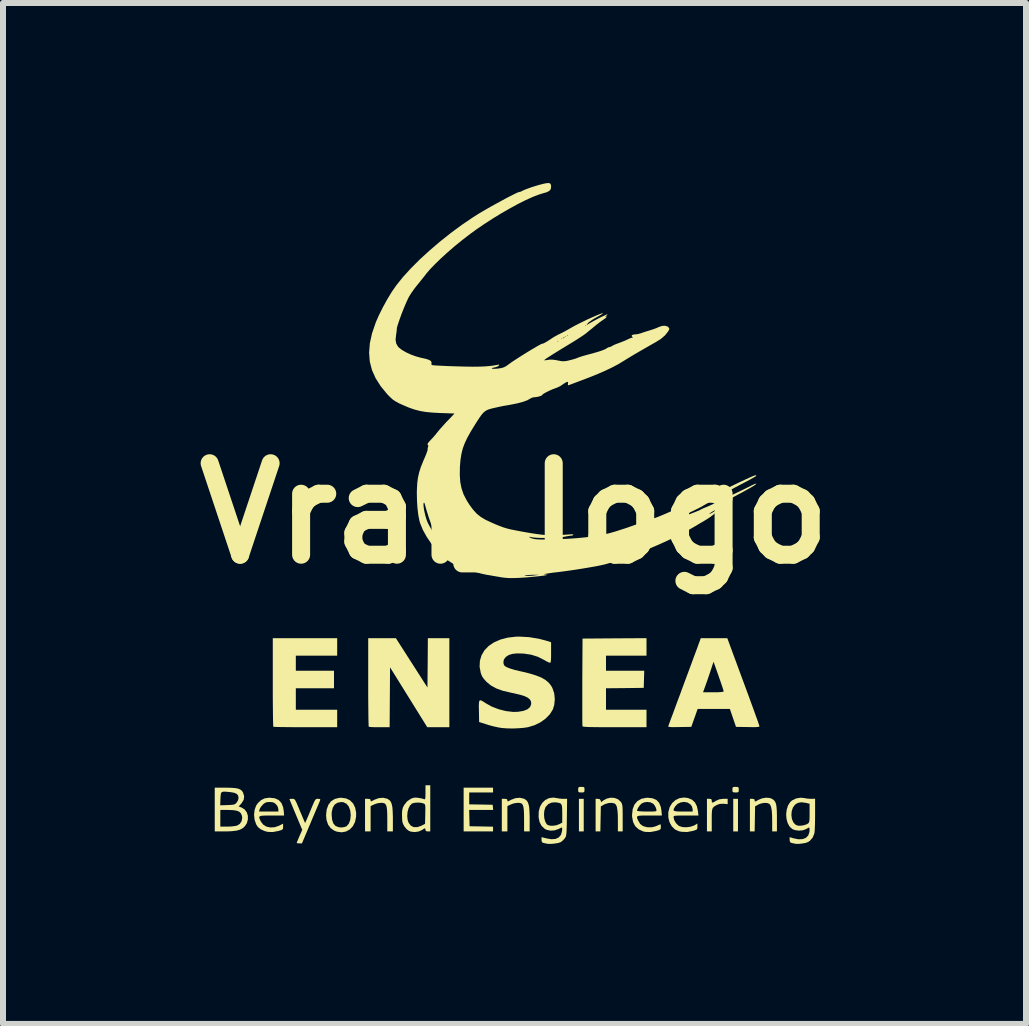
<source format=kicad_pcb>
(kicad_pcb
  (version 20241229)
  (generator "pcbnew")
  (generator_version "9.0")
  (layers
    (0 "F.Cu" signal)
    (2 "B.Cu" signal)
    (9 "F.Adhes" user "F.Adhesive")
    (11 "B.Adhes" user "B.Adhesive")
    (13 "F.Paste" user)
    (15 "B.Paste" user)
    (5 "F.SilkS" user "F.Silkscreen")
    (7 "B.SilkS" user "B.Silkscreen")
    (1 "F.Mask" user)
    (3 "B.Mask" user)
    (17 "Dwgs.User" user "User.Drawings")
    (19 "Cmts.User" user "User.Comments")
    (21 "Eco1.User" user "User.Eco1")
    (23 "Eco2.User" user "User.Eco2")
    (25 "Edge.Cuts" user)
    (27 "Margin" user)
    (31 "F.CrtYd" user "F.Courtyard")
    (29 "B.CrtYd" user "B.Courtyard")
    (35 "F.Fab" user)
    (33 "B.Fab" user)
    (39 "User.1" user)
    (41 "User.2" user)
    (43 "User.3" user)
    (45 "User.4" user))
  (footprint "Vrai_logo"
    (layer "F.Cu")
    (at 5.523 5.503)
    (property "Reference" "Vrai_logo" (at 0 0 0) (layer "F.SilkS") (effects (font (size 1.524 1.524) (thickness 0.3))))
    (attr board_only exclude_from_pos_files exclude_from_bom)
    (fp_poly (pts (xy 1.153 5.3) (xy 1.073 5.3) (xy 1.073 4.757) (xy 1.153 4.757)) (stroke (width 0) (type solid)) (fill yes) (layer "F.SilkS"))
    (fp_poly (pts (xy 3.723 5.3) (xy 3.644 5.3) (xy 3.644 4.757) (xy 3.723 4.757)) (stroke (width 0) (type solid)) (fill yes) (layer "F.SilkS"))
    (fp_poly (pts (xy -0.358 4.651) (xy -0.755 4.651) (xy -0.755 4.849) (xy -0.56 4.852) (xy -0.364 4.856) (xy -0.36 4.899) (xy -0.356 4.942) (xy -0.756 4.942) (xy -0.749 5.214) (xy -0.553 5.217) (xy -0.358 5.221) (xy -0.358 5.3) (xy -0.848 5.3) (xy -0.848 4.571) (xy -0.358 4.571)) (stroke (width 0) (type solid)) (fill yes) (layer "F.SilkS"))
    (fp_poly (pts (xy 1.147 4.559) (xy 1.162 4.568) (xy 1.166 4.591) (xy 1.166 4.604) (xy 1.164 4.634) (xy 1.154 4.647) (xy 1.129 4.651) (xy 1.113 4.651) (xy 1.079 4.649) (xy 1.064 4.641) (xy 1.06 4.618) (xy 1.06 4.604) (xy 1.062 4.575) (xy 1.072 4.561) (xy 1.097 4.558) (xy 1.113 4.558)) (stroke (width 0) (type solid)) (fill yes) (layer "F.SilkS"))
    (fp_poly (pts (xy 3.717 4.559) (xy 3.732 4.568) (xy 3.736 4.591) (xy 3.736 4.604) (xy 3.735 4.634) (xy 3.725 4.647) (xy 3.699 4.651) (xy 3.683 4.651) (xy 3.65 4.649) (xy 3.634 4.641) (xy 3.631 4.618) (xy 3.63 4.604) (xy 3.632 4.575) (xy 3.642 4.561) (xy 3.668 4.558) (xy 3.683 4.558)) (stroke (width 0) (type solid)) (fill yes) (layer "F.SilkS"))
    (fp_poly (pts (xy -1.714 2.491) (xy -1.451 2.902) (xy -1.447 2.491) (xy -1.444 2.08) (xy -1.086 2.08) (xy -1.086 3.564) (xy -1.454 3.564) (xy -2.074 2.566) (xy -2.081 3.564) (xy -2.25 3.564) (xy -2.315 3.564) (xy -2.37 3.562) (xy -2.409 3.559) (xy -2.428 3.556) (xy -2.429 3.555) (xy -2.431 3.541) (xy -2.432 3.502) (xy -2.434 3.442) (xy -2.435 3.362) (xy -2.436 3.266) (xy -2.437 3.155) (xy -2.438 3.033) (xy -2.438 2.901) (xy -2.438 2.813) (xy -2.438 2.08) (xy -1.977 2.08)) (stroke (width 0) (type solid)) (fill yes) (layer "F.SilkS"))
    (fp_poly (pts (xy 3.275 4.76) (xy 3.285 4.775) (xy 3.286 4.79) (xy 3.288 4.812) (xy 3.297 4.82) (xy 3.318 4.813) (xy 3.356 4.791) (xy 3.359 4.789) (xy 3.413 4.765) (xy 3.474 4.757) (xy 3.481 4.757) (xy 3.551 4.757) (xy 3.551 4.846) (xy 3.487 4.839) (xy 3.422 4.841) (xy 3.378 4.856) (xy 3.343 4.874) (xy 3.319 4.891) (xy 3.302 4.911) (xy 3.293 4.938) (xy 3.288 4.979) (xy 3.286 5.037) (xy 3.286 5.11) (xy 3.286 5.3) (xy 3.206 5.3) (xy 3.206 4.757) (xy 3.246 4.757)) (stroke (width 0) (type solid)) (fill yes) (layer "F.SilkS"))
    (fp_poly (pts (xy -2.955 2.372) (xy -3.644 2.372) (xy -3.644 2.623) (xy -3.008 2.623) (xy -3.008 2.915) (xy -3.644 2.915) (xy -3.644 3.273) (xy -2.955 3.273) (xy -2.955 3.564) (xy -3.483 3.564) (xy -3.598 3.564) (xy -3.706 3.563) (xy -3.802 3.562) (xy -3.884 3.561) (xy -3.949 3.56) (xy -3.995 3.558) (xy -4.017 3.556) (xy -4.019 3.555) (xy -4.021 3.541) (xy -4.022 3.502) (xy -4.024 3.442) (xy -4.025 3.362) (xy -4.026 3.266) (xy -4.027 3.155) (xy -4.028 3.033) (xy -4.028 2.901) (xy -4.028 2.813) (xy -4.028 2.08) (xy -2.955 2.08)) (stroke (width 0) (type solid)) (fill yes) (layer "F.SilkS"))
    (fp_poly (pts (xy 2.199 2.372) (xy 1.524 2.372) (xy 1.524 2.623) (xy 2.161 2.623) (xy 2.157 2.766) (xy 2.153 2.908) (xy 1.838 2.912) (xy 1.524 2.915) (xy 1.524 3.273) (xy 2.199 3.273) (xy 2.199 3.564) (xy 1.669 3.564) (xy 1.53 3.564) (xy 1.416 3.563) (xy 1.324 3.562) (xy 1.252 3.561) (xy 1.199 3.559) (xy 1.163 3.556) (xy 1.142 3.553) (xy 1.133 3.548) (xy 1.132 3.548) (xy 1.131 3.532) (xy 1.13 3.492) (xy 1.129 3.43) (xy 1.129 3.349) (xy 1.129 3.252) (xy 1.129 3.141) (xy 1.129 3.018) (xy 1.129 2.885) (xy 1.129 2.809) (xy 1.133 2.087) (xy 1.666 2.083) (xy 2.199 2.08)) (stroke (width 0) (type solid)) (fill yes) (layer "F.SilkS"))
    (fp_poly (pts (xy 1.666 4.742) (xy 1.724 4.764) (xy 1.768 4.804) (xy 1.772 4.808) (xy 1.783 4.826) (xy 1.791 4.845) (xy 1.796 4.87) (xy 1.8 4.904) (xy 1.801 4.952) (xy 1.802 5.02) (xy 1.802 5.077) (xy 1.802 5.3) (xy 1.722 5.3) (xy 1.722 5.124) (xy 1.721 5.025) (xy 1.715 4.95) (xy 1.706 4.895) (xy 1.692 4.859) (xy 1.673 4.838) (xy 1.67 4.836) (xy 1.624 4.824) (xy 1.567 4.827) (xy 1.509 4.844) (xy 1.491 4.853) (xy 1.438 4.883) (xy 1.43 5.3) (xy 1.351 5.3) (xy 1.351 4.757) (xy 1.39 4.757) (xy 1.421 4.763) (xy 1.435 4.785) (xy 1.443 4.813) (xy 1.477 4.786) (xy 1.536 4.753) (xy 1.602 4.738)) (stroke (width 0) (type solid)) (fill yes) (layer "F.SilkS"))
    (fp_poly (pts (xy 4.255 4.743) (xy 4.299 4.762) (xy 4.324 4.782) (xy 4.343 4.808) (xy 4.357 4.842) (xy 4.365 4.89) (xy 4.37 4.955) (xy 4.372 5.041) (xy 4.372 5.088) (xy 4.372 5.3) (xy 4.293 5.3) (xy 4.293 5.131) (xy 4.291 5.031) (xy 4.286 4.954) (xy 4.276 4.899) (xy 4.263 4.862) (xy 4.245 4.84) (xy 4.206 4.826) (xy 4.154 4.825) (xy 4.099 4.837) (xy 4.061 4.853) (xy 4.008 4.883) (xy 4.001 5.3) (xy 3.922 5.3) (xy 3.922 4.757) (xy 3.962 4.757) (xy 3.991 4.761) (xy 4.001 4.776) (xy 4.001 4.784) (xy 4.003 4.799) (xy 4.011 4.802) (xy 4.031 4.793) (xy 4.062 4.775) (xy 4.125 4.749) (xy 4.192 4.738)) (stroke (width 0) (type solid)) (fill yes) (layer "F.SilkS"))
    (fp_poly (pts (xy -2.125 4.754) (xy -2.112 4.76) (xy -2.083 4.78) (xy -2.061 4.807) (xy -2.046 4.845) (xy -2.035 4.898) (xy -2.03 4.968) (xy -2.027 5.061) (xy -2.027 5.095) (xy -2.027 5.3) (xy -2.12 5.3) (xy -2.12 5.1) (xy -2.121 5.011) (xy -2.124 4.945) (xy -2.13 4.897) (xy -2.139 4.865) (xy -2.153 4.843) (xy -2.165 4.833) (xy -2.197 4.824) (xy -2.244 4.825) (xy -2.296 4.834) (xy -2.341 4.851) (xy -2.398 4.878) (xy -2.398 5.3) (xy -2.491 5.3) (xy -2.491 4.757) (xy -2.445 4.757) (xy -2.412 4.76) (xy -2.4 4.771) (xy -2.398 4.782) (xy -2.396 4.796) (xy -2.387 4.799) (xy -2.366 4.789) (xy -2.336 4.773) (xy -2.265 4.746) (xy -2.192 4.739)) (stroke (width 0) (type solid)) (fill yes) (layer "F.SilkS"))
    (fp_poly (pts (xy 0.154 4.754) (xy 0.167 4.76) (xy 0.196 4.78) (xy 0.218 4.807) (xy 0.233 4.845) (xy 0.244 4.898) (xy 0.249 4.968) (xy 0.252 5.061) (xy 0.252 5.095) (xy 0.252 5.3) (xy 0.159 5.3) (xy 0.159 5.1) (xy 0.158 5.011) (xy 0.155 4.945) (xy 0.149 4.897) (xy 0.14 4.865) (xy 0.126 4.843) (xy 0.114 4.833) (xy 0.082 4.824) (xy 0.035 4.825) (xy -0.017 4.834) (xy -0.062 4.851) (xy -0.119 4.878) (xy -0.119 5.3) (xy -0.212 5.3) (xy -0.212 4.757) (xy -0.166 4.757) (xy -0.134 4.76) (xy -0.121 4.771) (xy -0.119 4.782) (xy -0.117 4.796) (xy -0.108 4.799) (xy -0.087 4.789) (xy -0.057 4.773) (xy 0.014 4.746) (xy 0.087 4.739)) (stroke (width 0) (type solid)) (fill yes) (layer "F.SilkS"))
    (fp_poly (pts (xy -2.807 4.75) (xy -2.74 4.783) (xy -2.689 4.835) (xy -2.655 4.905) (xy -2.639 4.99) (xy -2.64 5.056) (xy -2.658 5.143) (xy -2.694 5.214) (xy -2.745 5.267) (xy -2.809 5.302) (xy -2.881 5.315) (xy -2.959 5.304) (xy -3.002 5.288) (xy -3.063 5.246) (xy -3.107 5.186) (xy -3.133 5.108) (xy -3.14 5.03) (xy -3.139 5.021) (xy -3.047 5.021) (xy -3.04 5.105) (xy -3.019 5.167) (xy -2.982 5.209) (xy -2.929 5.23) (xy -2.888 5.234) (xy -2.842 5.229) (xy -2.803 5.216) (xy -2.797 5.212) (xy -2.761 5.171) (xy -2.738 5.11) (xy -2.729 5.033) (xy -2.729 5.028) (xy -2.738 4.949) (xy -2.762 4.885) (xy -2.8 4.839) (xy -2.85 4.814) (xy -2.884 4.81) (xy -2.948 4.821) (xy -2.997 4.853) (xy -3.029 4.905) (xy -3.046 4.979) (xy -3.047 5.021) (xy -3.139 5.021) (xy -3.13 4.935) (xy -3.102 4.857) (xy -3.057 4.798) (xy -2.995 4.759) (xy -2.917 4.74) (xy -2.888 4.739)) (stroke (width 0) (type solid)) (fill yes) (layer "F.SilkS"))
    (fp_poly (pts (xy -3.686 4.757) (xy -3.671 4.762) (xy -3.658 4.775) (xy -3.643 4.801) (xy -3.624 4.842) (xy -3.598 4.904) (xy -3.597 4.906) (xy -3.571 4.97) (xy -3.545 5.03) (xy -3.525 5.079) (xy -3.512 5.108) (xy -3.489 5.161) (xy -3.463 5.101) (xy -3.447 5.064) (xy -3.424 5.011) (xy -3.398 4.948) (xy -3.378 4.899) (xy -3.352 4.838) (xy -3.334 4.798) (xy -3.32 4.774) (xy -3.307 4.762) (xy -3.291 4.757) (xy -3.275 4.757) (xy -3.245 4.759) (xy -3.236 4.768) (xy -3.239 4.78) (xy -3.246 4.798) (xy -3.262 4.837) (xy -3.286 4.893) (xy -3.316 4.964) (xy -3.351 5.046) (xy -3.389 5.136) (xy -3.395 5.151) (xy -3.542 5.499) (xy -3.586 5.499) (xy -3.616 5.497) (xy -3.63 5.493) (xy -3.63 5.493) (xy -3.625 5.479) (xy -3.612 5.446) (xy -3.593 5.402) (xy -3.584 5.38) (xy -3.537 5.274) (xy -3.643 5.021) (xy -3.675 4.945) (xy -3.703 4.877) (xy -3.726 4.822) (xy -3.742 4.783) (xy -3.749 4.764) (xy -3.75 4.762) (xy -3.738 4.758) (xy -3.71 4.757) (xy -3.705 4.757)) (stroke (width 0) (type solid)) (fill yes) (layer "F.SilkS"))
    (fp_poly (pts (xy -3.993 4.748) (xy -3.93 4.777) (xy -3.884 4.826) (xy -3.856 4.896) (xy -3.846 4.956) (xy -3.839 5.035) (xy -4.046 5.035) (xy -4.129 5.035) (xy -4.188 5.037) (xy -4.227 5.041) (xy -4.248 5.05) (xy -4.254 5.066) (xy -4.248 5.089) (xy -4.233 5.122) (xy -4.226 5.136) (xy -4.188 5.186) (xy -4.134 5.22) (xy -4.068 5.234) (xy -3.996 5.23) (xy -3.921 5.204) (xy -3.918 5.202) (xy -3.856 5.171) (xy -3.856 5.221) (xy -3.857 5.248) (xy -3.864 5.265) (xy -3.884 5.277) (xy -3.922 5.289) (xy -3.933 5.292) (xy -4.027 5.31) (xy -4.11 5.308) (xy -4.164 5.294) (xy -4.228 5.265) (xy -4.273 5.23) (xy -4.304 5.184) (xy -4.331 5.106) (xy -4.34 5.023) (xy -4.334 4.969) (xy -4.256 4.969) (xy -3.935 4.969) (xy -3.935 4.928) (xy -3.948 4.882) (xy -3.974 4.848) (xy -4.003 4.824) (xy -4.034 4.813) (xy -4.078 4.81) (xy -4.08 4.81) (xy -4.125 4.812) (xy -4.157 4.824) (xy -4.19 4.849) (xy -4.193 4.853) (xy -4.223 4.887) (xy -4.244 4.921) (xy -4.248 4.932) (xy -4.256 4.969) (xy -4.334 4.969) (xy -4.331 4.942) (xy -4.305 4.869) (xy -4.276 4.828) (xy -4.224 4.779) (xy -4.166 4.75) (xy -4.096 4.739) (xy -4.073 4.739)) (stroke (width 0) (type solid)) (fill yes) (layer "F.SilkS"))
    (fp_poly (pts (xy 2.892 4.744) (xy 2.958 4.772) (xy 3.007 4.818) (xy 3.039 4.882) (xy 3.056 4.961) (xy 3.064 5.035) (xy 2.857 5.035) (xy 2.779 5.035) (xy 2.724 5.036) (xy 2.687 5.038) (xy 2.665 5.041) (xy 2.654 5.047) (xy 2.65 5.055) (xy 2.65 5.065) (xy 2.661 5.112) (xy 2.689 5.161) (xy 2.728 5.2) (xy 2.744 5.21) (xy 2.795 5.227) (xy 2.859 5.231) (xy 2.926 5.223) (xy 2.986 5.204) (xy 3.001 5.196) (xy 3.047 5.168) (xy 3.047 5.219) (xy 3.046 5.248) (xy 3.039 5.265) (xy 3.02 5.276) (xy 2.983 5.288) (xy 2.97 5.292) (xy 2.873 5.31) (xy 2.783 5.306) (xy 2.738 5.297) (xy 2.673 5.267) (xy 2.621 5.216) (xy 2.584 5.15) (xy 2.563 5.071) (xy 2.562 4.984) (xy 2.563 4.976) (xy 2.572 4.943) (xy 2.649 4.943) (xy 2.657 4.956) (xy 2.682 4.964) (xy 2.727 4.968) (xy 2.795 4.969) (xy 2.809 4.969) (xy 2.968 4.969) (xy 2.968 4.928) (xy 2.955 4.882) (xy 2.929 4.848) (xy 2.882 4.818) (xy 2.825 4.808) (xy 2.767 4.817) (xy 2.714 4.843) (xy 2.674 4.886) (xy 2.672 4.89) (xy 2.655 4.921) (xy 2.649 4.943) (xy 2.572 4.943) (xy 2.585 4.895) (xy 2.626 4.828) (xy 2.683 4.777) (xy 2.751 4.745) (xy 2.828 4.735)) (stroke (width 0) (type solid)) (fill yes) (layer "F.SilkS"))
    (fp_poly (pts (xy -1.404 5.3) (xy -1.444 5.3) (xy -1.473 5.296) (xy -1.484 5.28) (xy -1.484 5.273) (xy -1.486 5.253) (xy -1.497 5.249) (xy -1.52 5.262) (xy -1.54 5.276) (xy -1.596 5.301) (xy -1.661 5.311) (xy -1.726 5.304) (xy -1.762 5.29) (xy -1.799 5.261) (xy -1.833 5.219) (xy -1.842 5.206) (xy -1.859 5.171) (xy -1.869 5.137) (xy -1.873 5.093) (xy -1.874 5.046) (xy -1.788 5.046) (xy -1.781 5.109) (xy -1.766 5.154) (xy -1.729 5.203) (xy -1.681 5.228) (xy -1.623 5.229) (xy -1.555 5.207) (xy -1.55 5.204) (xy -1.491 5.174) (xy -1.487 5.012) (xy -1.486 4.945) (xy -1.486 4.898) (xy -1.488 4.869) (xy -1.493 4.851) (xy -1.502 4.841) (xy -1.513 4.835) (xy -1.551 4.824) (xy -1.603 4.819) (xy -1.656 4.822) (xy -1.699 4.831) (xy -1.707 4.835) (xy -1.741 4.867) (xy -1.767 4.917) (xy -1.783 4.98) (xy -1.788 5.046) (xy -1.874 5.046) (xy -1.875 5.035) (xy -1.874 4.976) (xy -1.869 4.935) (xy -1.86 4.902) (xy -1.843 4.869) (xy -1.839 4.861) (xy -1.788 4.797) (xy -1.724 4.754) (xy -1.681 4.739) (xy -1.643 4.736) (xy -1.593 4.742) (xy -1.541 4.752) (xy -1.507 4.763) (xy -1.496 4.765) (xy -1.489 4.758) (xy -1.486 4.737) (xy -1.484 4.697) (xy -1.484 4.652) (xy -1.484 4.531) (xy -1.404 4.531)) (stroke (width 0) (type solid)) (fill yes) (layer "F.SilkS"))
    (fp_poly (pts (xy -4.723 4.573) (xy -4.653 4.578) (xy -4.602 4.588) (xy -4.565 4.605) (xy -4.539 4.628) (xy -4.524 4.652) (xy -4.505 4.713) (xy -4.512 4.772) (xy -4.546 4.828) (xy -4.551 4.834) (xy -4.596 4.884) (xy -4.551 4.901) (xy -4.499 4.932) (xy -4.462 4.98) (xy -4.443 5.039) (xy -4.443 5.102) (xy -4.461 5.165) (xy -4.494 5.214) (xy -4.53 5.247) (xy -4.575 5.271) (xy -4.633 5.287) (xy -4.709 5.296) (xy -4.805 5.3) (xy -4.832 5.3) (xy -4.995 5.3) (xy -4.995 5.22) (xy -4.902 5.22) (xy -4.787 5.22) (xy -4.727 5.218) (xy -4.672 5.212) (xy -4.632 5.205) (xy -4.624 5.203) (xy -4.578 5.175) (xy -4.548 5.13) (xy -4.537 5.075) (xy -4.543 5.035) (xy -4.56 4.998) (xy -4.588 4.971) (xy -4.631 4.954) (xy -4.692 4.945) (xy -4.775 4.942) (xy -4.902 4.942) (xy -4.902 5.22) (xy -4.995 5.22) (xy -4.995 4.865) (xy -4.904 4.865) (xy -4.783 4.861) (xy -4.725 4.858) (xy -4.687 4.854) (xy -4.662 4.847) (xy -4.644 4.834) (xy -4.63 4.819) (xy -4.607 4.781) (xy -4.598 4.743) (xy -4.605 4.703) (xy -4.628 4.675) (xy -4.671 4.656) (xy -4.736 4.645) (xy -4.747 4.644) (xy -4.811 4.638) (xy -4.854 4.638) (xy -4.879 4.646) (xy -4.892 4.666) (xy -4.897 4.702) (xy -4.9 4.755) (xy -4.904 4.865) (xy -4.995 4.865) (xy -4.995 4.571) (xy -4.815 4.571)) (stroke (width 0) (type solid)) (fill yes) (layer "F.SilkS"))
    (fp_poly (pts (xy 3.813 2.806) (xy 3.862 2.938) (xy 3.908 3.063) (xy 3.95 3.179) (xy 3.988 3.283) (xy 4.02 3.373) (xy 4.047 3.446) (xy 4.066 3.502) (xy 4.078 3.536) (xy 4.081 3.548) (xy 4.075 3.555) (xy 4.055 3.559) (xy 4.018 3.562) (xy 3.961 3.562) (xy 3.886 3.561) (xy 3.69 3.558) (xy 3.639 3.409) (xy 3.588 3.259) (xy 3.051 3.259) (xy 2.998 3.409) (xy 2.945 3.558) (xy 2.75 3.561) (xy 2.671 3.562) (xy 2.617 3.562) (xy 2.582 3.559) (xy 2.564 3.555) (xy 2.56 3.549) (xy 2.561 3.548) (xy 2.568 3.529) (xy 2.583 3.488) (xy 2.605 3.427) (xy 2.634 3.351) (xy 2.667 3.261) (xy 2.704 3.16) (xy 2.745 3.051) (xy 2.771 2.981) (xy 3.141 2.981) (xy 3.313 2.981) (xy 3.388 2.981) (xy 3.439 2.978) (xy 3.47 2.974) (xy 3.483 2.968) (xy 3.484 2.965) (xy 3.48 2.947) (xy 3.468 2.909) (xy 3.45 2.855) (xy 3.427 2.788) (xy 3.401 2.713) (xy 3.4 2.71) (xy 3.316 2.472) (xy 3.266 2.624) (xy 3.242 2.696) (xy 3.216 2.772) (xy 3.192 2.84) (xy 3.178 2.879) (xy 3.141 2.981) (xy 2.771 2.981) (xy 2.787 2.937) (xy 2.83 2.82) (xy 2.873 2.704) (xy 2.915 2.591) (xy 2.955 2.483) (xy 2.991 2.385) (xy 3.024 2.297) (xy 3.051 2.224) (xy 3.071 2.167) (xy 3.085 2.131) (xy 3.09 2.117) (xy 3.103 2.08) (xy 3.545 2.08)) (stroke (width 0) (type solid)) (fill yes) (layer "F.SilkS"))
    (fp_poly (pts (xy 2.301 4.748) (xy 2.364 4.776) (xy 2.409 4.823) (xy 2.437 4.891) (xy 2.448 4.956) (xy 2.455 5.035) (xy 2.248 5.035) (xy 2.166 5.035) (xy 2.107 5.036) (xy 2.069 5.04) (xy 2.048 5.048) (xy 2.04 5.062) (xy 2.044 5.082) (xy 2.055 5.11) (xy 2.059 5.118) (xy 2.093 5.175) (xy 2.14 5.211) (xy 2.203 5.229) (xy 2.224 5.231) (xy 2.286 5.231) (xy 2.338 5.219) (xy 2.365 5.209) (xy 2.401 5.193) (xy 2.427 5.183) (xy 2.433 5.181) (xy 2.436 5.192) (xy 2.438 5.221) (xy 2.438 5.225) (xy 2.436 5.25) (xy 2.428 5.266) (xy 2.407 5.278) (xy 2.366 5.29) (xy 2.361 5.292) (xy 2.265 5.31) (xy 2.18 5.308) (xy 2.143 5.3) (xy 2.068 5.265) (xy 2.011 5.213) (xy 1.975 5.143) (xy 1.959 5.056) (xy 1.958 5.022) (xy 1.966 4.955) (xy 2.04 4.955) (xy 2.053 4.96) (xy 2.085 4.964) (xy 2.132 4.967) (xy 2.186 4.969) (xy 2.242 4.969) (xy 2.294 4.969) (xy 2.335 4.966) (xy 2.359 4.963) (xy 2.362 4.961) (xy 2.365 4.941) (xy 2.356 4.909) (xy 2.339 4.874) (xy 2.316 4.844) (xy 2.312 4.84) (xy 2.267 4.816) (xy 2.212 4.809) (xy 2.156 4.817) (xy 2.115 4.837) (xy 2.085 4.868) (xy 2.059 4.906) (xy 2.043 4.942) (xy 2.04 4.955) (xy 1.966 4.955) (xy 1.968 4.929) (xy 1.998 4.853) (xy 2.046 4.796) (xy 2.112 4.757) (xy 2.193 4.74) (xy 2.221 4.739)) (stroke (width 0) (type solid)) (fill yes) (layer "F.SilkS"))
    (fp_poly (pts (xy 4.825 4.744) (xy 4.877 4.753) (xy 4.932 4.757) (xy 4.946 4.757) (xy 5.008 4.755) (xy 5.008 5.018) (xy 5.007 5.102) (xy 5.006 5.181) (xy 5.003 5.249) (xy 5 5.3) (xy 4.996 5.331) (xy 4.996 5.332) (xy 4.967 5.404) (xy 4.918 5.459) (xy 4.893 5.475) (xy 4.856 5.49) (xy 4.803 5.5) (xy 4.746 5.507) (xy 4.694 5.507) (xy 4.671 5.504) (xy 4.635 5.496) (xy 4.614 5.491) (xy 4.593 5.481) (xy 4.585 5.457) (xy 4.584 5.44) (xy 4.584 5.395) (xy 4.646 5.414) (xy 4.73 5.431) (xy 4.8 5.428) (xy 4.855 5.407) (xy 4.894 5.367) (xy 4.913 5.311) (xy 4.916 5.281) (xy 4.914 5.25) (xy 4.91 5.234) (xy 4.909 5.234) (xy 4.895 5.24) (xy 4.868 5.255) (xy 4.86 5.26) (xy 4.805 5.281) (xy 4.74 5.287) (xy 4.676 5.279) (xy 4.628 5.261) (xy 4.582 5.218) (xy 4.55 5.159) (xy 4.531 5.088) (xy 4.527 5.03) (xy 4.613 5.03) (xy 4.622 5.094) (xy 4.646 5.149) (xy 4.674 5.181) (xy 4.704 5.199) (xy 4.739 5.206) (xy 4.777 5.204) (xy 4.824 5.196) (xy 4.866 5.182) (xy 4.879 5.175) (xy 4.895 5.164) (xy 4.905 5.152) (xy 4.911 5.134) (xy 4.914 5.104) (xy 4.916 5.057) (xy 4.916 4.995) (xy 4.916 4.839) (xy 4.85 4.823) (xy 4.777 4.814) (xy 4.719 4.825) (xy 4.673 4.855) (xy 4.638 4.903) (xy 4.618 4.964) (xy 4.613 5.03) (xy 4.527 5.03) (xy 4.526 5.012) (xy 4.535 4.937) (xy 4.557 4.867) (xy 4.593 4.811) (xy 4.622 4.785) (xy 4.69 4.751) (xy 4.765 4.738)) (stroke (width 0) (type solid)) (fill yes) (layer "F.SilkS"))
    (fp_poly (pts (xy 0.7 4.744) (xy 0.752 4.753) (xy 0.806 4.757) (xy 0.819 4.757) (xy 0.876 4.756) (xy 0.872 5.064) (xy 0.871 5.163) (xy 0.869 5.238) (xy 0.867 5.295) (xy 0.864 5.335) (xy 0.86 5.364) (xy 0.855 5.385) (xy 0.847 5.4) (xy 0.838 5.415) (xy 0.837 5.416) (xy 0.806 5.45) (xy 0.771 5.477) (xy 0.767 5.48) (xy 0.731 5.492) (xy 0.678 5.501) (xy 0.621 5.507) (xy 0.569 5.508) (xy 0.537 5.504) (xy 0.501 5.496) (xy 0.48 5.491) (xy 0.459 5.481) (xy 0.451 5.457) (xy 0.45 5.44) (xy 0.45 5.395) (xy 0.527 5.415) (xy 0.613 5.43) (xy 0.684 5.425) (xy 0.737 5.4) (xy 0.774 5.357) (xy 0.791 5.296) (xy 0.792 5.295) (xy 0.794 5.259) (xy 0.792 5.237) (xy 0.79 5.234) (xy 0.774 5.239) (xy 0.744 5.254) (xy 0.732 5.26) (xy 0.669 5.282) (xy 0.601 5.287) (xy 0.537 5.274) (xy 0.503 5.257) (xy 0.451 5.208) (xy 0.417 5.144) (xy 0.401 5.062) (xy 0.402 5.017) (xy 0.491 5.017) (xy 0.496 5.08) (xy 0.511 5.135) (xy 0.534 5.177) (xy 0.552 5.192) (xy 0.594 5.205) (xy 0.648 5.205) (xy 0.705 5.195) (xy 0.743 5.18) (xy 0.795 5.154) (xy 0.795 5.002) (xy 0.794 4.932) (xy 0.791 4.883) (xy 0.782 4.852) (xy 0.765 4.833) (xy 0.737 4.823) (xy 0.696 4.817) (xy 0.686 4.815) (xy 0.62 4.819) (xy 0.563 4.844) (xy 0.521 4.889) (xy 0.513 4.902) (xy 0.496 4.956) (xy 0.491 5.017) (xy 0.402 5.017) (xy 0.403 4.971) (xy 0.423 4.891) (xy 0.461 4.825) (xy 0.512 4.776) (xy 0.575 4.745) (xy 0.647 4.736)) (stroke (width 0) (type solid)) (fill yes) (layer "F.SilkS"))
    (fp_poly (pts (xy 0.242 2.063) (xy 0.406 2.09) (xy 0.521 2.12) (xy 0.609 2.148) (xy 0.609 2.319) (xy 0.609 2.392) (xy 0.607 2.442) (xy 0.603 2.473) (xy 0.598 2.488) (xy 0.591 2.491) (xy 0.571 2.484) (xy 0.536 2.468) (xy 0.497 2.445) (xy 0.388 2.39) (xy 0.276 2.355) (xy 0.152 2.337) (xy 0.132 2.336) (xy 0.038 2.334) (xy -0.035 2.342) (xy -0.094 2.36) (xy -0.141 2.39) (xy -0.145 2.393) (xy -0.178 2.436) (xy -0.186 2.487) (xy -0.177 2.524) (xy -0.161 2.545) (xy -0.127 2.565) (xy -0.073 2.586) (xy 0.003 2.609) (xy 0.103 2.633) (xy 0.119 2.636) (xy 0.25 2.668) (xy 0.357 2.701) (xy 0.444 2.735) (xy 0.512 2.774) (xy 0.565 2.817) (xy 0.607 2.868) (xy 0.631 2.911) (xy 0.661 2.998) (xy 0.671 3.095) (xy 0.662 3.191) (xy 0.638 3.269) (xy 0.589 3.347) (xy 0.519 3.419) (xy 0.432 3.482) (xy 0.332 3.531) (xy 0.225 3.563) (xy 0.154 3.574) (xy 0.066 3.581) (xy -0.03 3.585) (xy -0.124 3.583) (xy -0.208 3.577) (xy -0.216 3.576) (xy -0.276 3.566) (xy -0.349 3.55) (xy -0.423 3.53) (xy -0.455 3.52) (xy -0.59 3.477) (xy -0.593 3.295) (xy -0.595 3.217) (xy -0.593 3.162) (xy -0.588 3.129) (xy -0.576 3.115) (xy -0.555 3.118) (xy -0.524 3.135) (xy -0.486 3.16) (xy -0.382 3.219) (xy -0.265 3.264) (xy -0.143 3.295) (xy -0.023 3.309) (xy 0.057 3.307) (xy 0.147 3.292) (xy 0.214 3.266) (xy 0.258 3.229) (xy 0.277 3.182) (xy 0.278 3.166) (xy 0.272 3.129) (xy 0.252 3.097) (xy 0.216 3.069) (xy 0.161 3.044) (xy 0.085 3.021) (xy -0.014 2.998) (xy -0.066 2.987) (xy -0.197 2.956) (xy -0.305 2.917) (xy -0.394 2.868) (xy -0.466 2.809) (xy -0.512 2.758) (xy -0.542 2.713) (xy -0.561 2.665) (xy -0.562 2.663) (xy -0.582 2.556) (xy -0.577 2.456) (xy -0.549 2.364) (xy -0.5 2.281) (xy -0.43 2.209) (xy -0.341 2.149) (xy -0.235 2.103) (xy -0.113 2.071) (xy 0.024 2.055) (xy 0.081 2.054)) (stroke (width 0) (type solid)) (fill yes) (layer "F.SilkS"))
    (fp_poly (pts (xy 0.581 -5.502) (xy 0.6 -5.489) (xy 0.608 -5.465) (xy 0.609 -5.438) (xy 0.603 -5.401) (xy 0.579 -5.372) (xy 0.536 -5.35) (xy 0.483 -5.335) (xy 0.399 -5.309) (xy 0.297 -5.269) (xy 0.18 -5.216) (xy 0.053 -5.152) (xy -0.082 -5.078) (xy -0.223 -4.997) (xy -0.364 -4.911) (xy -0.504 -4.82) (xy -0.639 -4.728) (xy -0.735 -4.658) (xy -0.864 -4.559) (xy -0.991 -4.456) (xy -1.112 -4.352) (xy -1.224 -4.25) (xy -1.324 -4.153) (xy -1.409 -4.065) (xy -1.475 -3.988) (xy -1.476 -3.985) (xy -1.52 -3.929) (xy -1.572 -3.864) (xy -1.622 -3.802) (xy -1.638 -3.783) (xy -1.681 -3.726) (xy -1.723 -3.666) (xy -1.757 -3.611) (xy -1.768 -3.591) (xy -1.793 -3.538) (xy -1.822 -3.472) (xy -1.852 -3.399) (xy -1.882 -3.323) (xy -1.909 -3.249) (xy -1.932 -3.182) (xy -1.95 -3.127) (xy -1.96 -3.089) (xy -1.961 -3.077) (xy -1.964 -3.041) (xy -1.97 -2.993) (xy -1.974 -2.967) (xy -1.982 -2.892) (xy -1.972 -2.831) (xy -1.943 -2.78) (xy -1.926 -2.762) (xy -1.877 -2.723) (xy -1.808 -2.683) (xy -1.728 -2.646) (xy -1.643 -2.615) (xy -1.56 -2.592) (xy -1.55 -2.59) (xy -1.473 -2.573) (xy -1.421 -2.555) (xy -1.392 -2.536) (xy -1.383 -2.514) (xy -1.384 -2.505) (xy -1.384 -2.48) (xy -1.377 -2.471) (xy -1.36 -2.468) (xy -1.321 -2.464) (xy -1.261 -2.461) (xy -1.186 -2.457) (xy -1.097 -2.453) (xy -1 -2.45) (xy -0.969 -2.449) (xy -0.824 -2.445) (xy -0.701 -2.443) (xy -0.596 -2.444) (xy -0.507 -2.447) (xy -0.43 -2.453) (xy -0.36 -2.461) (xy -0.293 -2.473) (xy -0.291 -2.473) (xy -0.262 -2.478) (xy -0.254 -2.474) (xy -0.262 -2.461) (xy -0.286 -2.445) (xy -0.323 -2.433) (xy -0.333 -2.431) (xy -0.368 -2.423) (xy -0.38 -2.416) (xy -0.372 -2.41) (xy -0.348 -2.408) (xy -0.309 -2.409) (xy -0.268 -2.413) (xy -0.218 -2.421) (xy -0.18 -2.432) (xy -0.143 -2.451) (xy -0.1 -2.481) (xy -0.077 -2.498) (xy -0.042 -2.523) (xy 0.007 -2.555) (xy 0.067 -2.594) (xy 0.132 -2.635) (xy 0.201 -2.678) (xy 0.268 -2.719) (xy 0.331 -2.756) (xy 0.385 -2.788) (xy 0.427 -2.811) (xy 0.452 -2.824) (xy 0.458 -2.825) (xy 0.475 -2.828) (xy 0.507 -2.844) (xy 0.549 -2.868) (xy 0.55 -2.869) (xy 0.715 -2.869) (xy 0.722 -2.862) (xy 0.729 -2.869) (xy 0.722 -2.875) (xy 0.715 -2.869) (xy 0.55 -2.869) (xy 0.597 -2.899) (xy 0.61 -2.908) (xy 0.782 -2.908) (xy 0.788 -2.902) (xy 0.795 -2.908) (xy 0.788 -2.915) (xy 0.782 -2.908) (xy 0.61 -2.908) (xy 0.613 -2.91) (xy 0.622 -2.916) (xy 0.811 -2.916) (xy 0.813 -2.915) (xy 0.825 -2.924) (xy 0.828 -2.928) (xy 0.831 -2.941) (xy 0.83 -2.941) (xy 0.818 -2.932) (xy 0.815 -2.928) (xy 0.811 -2.916) (xy 0.622 -2.916) (xy 0.665 -2.943) (xy 0.674 -2.948) (xy 0.848 -2.948) (xy 0.855 -2.941) (xy 0.861 -2.948) (xy 0.855 -2.955) (xy 0.848 -2.948) (xy 0.674 -2.948) (xy 0.698 -2.961) (xy 0.874 -2.961) (xy 0.881 -2.955) (xy 0.888 -2.961) (xy 0.881 -2.968) (xy 0.874 -2.961) (xy 0.698 -2.961) (xy 0.723 -2.975) (xy 0.748 -2.987) (xy 0.789 -3.007) (xy 0.845 -3.036) (xy 0.907 -3.071) (xy 0.958 -3.1) (xy 1.01 -3.129) (xy 1.02 -3.134) (xy 1.179 -3.134) (xy 1.186 -3.127) (xy 1.192 -3.134) (xy 1.186 -3.14) (xy 1.179 -3.134) (xy 1.02 -3.134) (xy 1.073 -3.161) (xy 1.144 -3.196) (xy 1.216 -3.231) (xy 1.288 -3.263) (xy 1.353 -3.292) (xy 1.409 -3.315) (xy 1.45 -3.33) (xy 1.473 -3.336) (xy 1.475 -3.335) (xy 1.469 -3.328) (xy 1.444 -3.311) (xy 1.404 -3.287) (xy 1.364 -3.266) (xy 1.311 -3.235) (xy 1.265 -3.204) (xy 1.232 -3.179) (xy 1.221 -3.167) (xy 1.199 -3.134) (xy 1.232 -3.155) (xy 1.271 -3.178) (xy 1.319 -3.205) (xy 1.373 -3.234) (xy 1.427 -3.262) (xy 1.477 -3.286) (xy 1.517 -3.305) (xy 1.543 -3.315) (xy 1.55 -3.316) (xy 1.54 -3.301) (xy 1.52 -3.288) (xy 1.506 -3.278) (xy 1.514 -3.279) (xy 1.534 -3.28) (xy 1.535 -3.271) (xy 1.517 -3.253) (xy 1.487 -3.232) (xy 1.454 -3.209) (xy 1.409 -3.176) (xy 1.359 -3.137) (xy 1.34 -3.121) (xy 1.289 -3.079) (xy 1.238 -3.038) (xy 1.196 -3.003) (xy 1.185 -2.994) (xy 1.154 -2.972) (xy 1.105 -2.939) (xy 1.045 -2.9) (xy 0.978 -2.858) (xy 0.94 -2.835) (xy 0.863 -2.788) (xy 0.779 -2.737) (xy 0.698 -2.687) (xy 0.629 -2.644) (xy 0.612 -2.633) (xy 0.554 -2.596) (xy 0.517 -2.571) (xy 0.498 -2.556) (xy 0.496 -2.55) (xy 0.507 -2.549) (xy 0.53 -2.553) (xy 0.58 -2.56) (xy 0.625 -2.561) (xy 0.673 -2.556) (xy 0.736 -2.544) (xy 0.737 -2.544) (xy 0.785 -2.535) (xy 0.825 -2.534) (xy 0.868 -2.539) (xy 0.916 -2.55) (xy 0.97 -2.564) (xy 1.018 -2.578) (xy 1.05 -2.591) (xy 1.051 -2.591) (xy 1.079 -2.602) (xy 1.125 -2.617) (xy 1.184 -2.634) (xy 1.243 -2.65) (xy 1.346 -2.678) (xy 1.425 -2.702) (xy 1.483 -2.723) (xy 1.521 -2.74) (xy 1.538 -2.752) (xy 1.564 -2.766) (xy 1.578 -2.769) (xy 1.603 -2.776) (xy 1.625 -2.788) (xy 1.651 -2.803) (xy 1.694 -2.821) (xy 1.737 -2.837) (xy 1.793 -2.858) (xy 1.849 -2.881) (xy 1.883 -2.897) (xy 1.922 -2.915) (xy 1.953 -2.926) (xy 1.963 -2.928) (xy 1.974 -2.931) (xy 1.963 -2.94) (xy 1.95 -2.956) (xy 1.96 -2.971) (xy 1.988 -2.98) (xy 2.008 -2.981) (xy 2.052 -2.986) (xy 2.098 -2.998) (xy 2.103 -3) (xy 2.141 -3.013) (xy 2.193 -3.03) (xy 2.249 -3.047) (xy 2.252 -3.048) (xy 2.308 -3.066) (xy 2.361 -3.085) (xy 2.399 -3.102) (xy 2.401 -3.103) (xy 2.459 -3.123) (xy 2.511 -3.125) (xy 2.553 -3.111) (xy 2.563 -3.101) (xy 2.577 -3.083) (xy 2.578 -3.066) (xy 2.565 -3.041) (xy 2.56 -3.032) (xy 2.507 -2.965) (xy 2.435 -2.903) (xy 2.352 -2.852) (xy 2.267 -2.804) (xy 2.175 -2.751) (xy 2.081 -2.697) (xy 1.992 -2.645) (xy 1.912 -2.597) (xy 1.847 -2.557) (xy 1.819 -2.54) (xy 1.729 -2.485) (xy 1.629 -2.432) (xy 1.515 -2.378) (xy 1.384 -2.321) (xy 1.233 -2.26) (xy 1.183 -2.241) (xy 1.102 -2.21) (xy 1.03 -2.183) (xy 0.969 -2.16) (xy 0.924 -2.143) (xy 0.898 -2.134) (xy 0.893 -2.133) (xy 0.889 -2.144) (xy 0.891 -2.165) (xy 0.893 -2.187) (xy 0.881 -2.191) (xy 0.864 -2.185) (xy 0.831 -2.167) (xy 0.795 -2.142) (xy 0.794 -2.141) (xy 0.759 -2.118) (xy 0.712 -2.096) (xy 0.686 -2.086) (xy 0.636 -2.068) (xy 0.584 -2.045) (xy 0.535 -2.021) (xy 0.494 -1.999) (xy 0.469 -1.982) (xy 0.464 -1.974) (xy 0.452 -1.963) (xy 0.422 -1.951) (xy 0.383 -1.941) (xy 0.342 -1.935) (xy 0.327 -1.935) (xy 0.289 -1.926) (xy 0.255 -1.908) (xy 0.209 -1.882) (xy 0.139 -1.857) (xy 0.045 -1.832) (xy -0.071 -1.809) (xy -0.11 -1.802) (xy -0.186 -1.789) (xy -0.264 -1.773) (xy -0.335 -1.757) (xy -0.378 -1.747) (xy -0.424 -1.734) (xy -0.461 -1.719) (xy -0.492 -1.7) (xy -0.522 -1.674) (xy -0.554 -1.636) (xy -0.591 -1.583) (xy -0.637 -1.512) (xy -0.655 -1.484) (xy -0.728 -1.365) (xy -0.786 -1.261) (xy -0.83 -1.168) (xy -0.863 -1.079) (xy -0.885 -0.989) (xy -0.9 -0.895) (xy -0.909 -0.79) (xy -0.91 -0.775) (xy -0.912 -0.638) (xy -0.904 -0.52) (xy -0.883 -0.415) (xy -0.849 -0.316) (xy -0.799 -0.219) (xy -0.75 -0.141) (xy -0.69 -0.06) (xy -0.631 0.005) (xy -0.564 0.059) (xy -0.484 0.107) (xy -0.39 0.151) (xy -0.313 0.185) (xy -0.248 0.211) (xy -0.189 0.233) (xy -0.131 0.251) (xy -0.068 0.267) (xy 0.006 0.282) (xy 0.096 0.299) (xy 0.184 0.315) (xy 0.284 0.332) (xy 0.365 0.344) (xy 0.432 0.353) (xy 0.491 0.359) (xy 0.548 0.361) (xy 0.61 0.362) (xy 0.662 0.362) (xy 0.737 0.36) (xy 0.808 0.358) (xy 0.868 0.355) (xy 0.91 0.352) (xy 0.918 0.351) (xy 0.959 0.349) (xy 0.979 0.354) (xy 0.98 0.357) (xy 0.969 0.368) (xy 0.951 0.371) (xy 0.923 0.374) (xy 0.879 0.381) (xy 0.828 0.391) (xy 0.777 0.398) (xy 0.707 0.404) (xy 0.626 0.408) (xy 0.54 0.41) (xy 0.456 0.41) (xy 0.38 0.408) (xy 0.319 0.403) (xy 0.285 0.398) (xy 0.253 0.391) (xy 0.244 0.392) (xy 0.253 0.402) (xy 0.257 0.404) (xy 0.283 0.416) (xy 0.325 0.427) (xy 0.356 0.432) (xy 0.406 0.435) (xy 0.479 0.437) (xy 0.567 0.436) (xy 0.668 0.434) (xy 0.776 0.429) (xy 0.886 0.424) (xy 0.992 0.417) (xy 1.092 0.409) (xy 1.178 0.4) (xy 1.186 0.399) (xy 1.28 0.387) (xy 1.364 0.375) (xy 1.441 0.362) (xy 1.515 0.347) (xy 1.591 0.328) (xy 1.672 0.305) (xy 1.763 0.276) (xy 1.868 0.242) (xy 1.99 0.199) (xy 2.087 0.165) (xy 2.16 0.14) (xy 2.226 0.117) (xy 2.28 0.098) (xy 2.318 0.084) (xy 2.332 0.08) (xy 2.388 0.06) (xy 2.459 0.031) (xy 2.539 -0.003) (xy 2.62 -0.039) (xy 2.693 -0.074) (xy 2.696 -0.076) (xy 2.785 -0.119) (xy 2.872 -0.157) (xy 2.951 -0.188) (xy 3.02 -0.211) (xy 3.072 -0.224) (xy 3.099 -0.227) (xy 3.119 -0.23) (xy 3.152 -0.24) (xy 3.2 -0.259) (xy 3.265 -0.287) (xy 3.348 -0.325) (xy 3.451 -0.374) (xy 3.554 -0.424) (xy 3.674 -0.482) (xy 3.772 -0.529) (xy 3.851 -0.566) (xy 3.912 -0.594) (xy 3.958 -0.614) (xy 3.99 -0.627) (xy 4.011 -0.633) (xy 4.023 -0.633) (xy 4.028 -0.629) (xy 4.028 -0.626) (xy 4.017 -0.616) (xy 3.985 -0.597) (xy 3.937 -0.57) (xy 3.877 -0.537) (xy 3.806 -0.5) (xy 3.797 -0.495) (xy 3.727 -0.459) (xy 3.665 -0.426) (xy 3.617 -0.399) (xy 3.585 -0.379) (xy 3.572 -0.369) (xy 3.572 -0.369) (xy 3.563 -0.36) (xy 3.534 -0.341) (xy 3.489 -0.315) (xy 3.431 -0.283) (xy 3.382 -0.258) (xy 3.313 -0.221) (xy 3.248 -0.186) (xy 3.194 -0.156) (xy 3.154 -0.134) (xy 3.14 -0.125) (xy 3.114 -0.11) (xy 3.068 -0.086) (xy 3.007 -0.056) (xy 2.936 -0.022) (xy 2.86 0.014) (xy 2.858 0.015) (xy 2.786 0.049) (xy 2.725 0.079) (xy 2.677 0.104) (xy 2.645 0.121) (xy 2.634 0.129) (xy 2.635 0.13) (xy 2.652 0.126) (xy 2.686 0.113) (xy 2.729 0.093) (xy 2.729 0.093) (xy 2.778 0.07) (xy 2.842 0.043) (xy 2.91 0.016) (xy 2.938 0.006) (xy 2.995 -0.016) (xy 3.045 -0.036) (xy 3.081 -0.051) (xy 3.094 -0.058) (xy 3.12 -0.072) (xy 3.161 -0.09) (xy 3.2 -0.106) (xy 3.231 -0.119) (xy 3.281 -0.142) (xy 3.348 -0.173) (xy 3.427 -0.211) (xy 3.515 -0.252) (xy 3.607 -0.297) (xy 3.7 -0.342) (xy 3.79 -0.385) (xy 3.873 -0.426) (xy 3.945 -0.462) (xy 3.965 -0.472) (xy 4 -0.488) (xy 4.023 -0.495) (xy 4.028 -0.493) (xy 4.019 -0.482) (xy 3.99 -0.461) (xy 3.94 -0.431) (xy 3.869 -0.391) (xy 3.776 -0.34) (xy 3.71 -0.305) (xy 3.629 -0.261) (xy 3.571 -0.229) (xy 3.533 -0.207) (xy 3.516 -0.193) (xy 3.518 -0.189) (xy 3.537 -0.192) (xy 3.541 -0.193) (xy 3.567 -0.197) (xy 3.577 -0.195) (xy 3.567 -0.187) (xy 3.536 -0.168) (xy 3.491 -0.141) (xy 3.435 -0.109) (xy 3.404 -0.092) (xy 3.345 -0.058) (xy 3.296 -0.028) (xy 3.262 -0.006) (xy 3.245 0.008) (xy 3.245 0.01) (xy 3.262 0.006) (xy 3.294 -0.01) (xy 3.318 -0.025) (xy 3.363 -0.054) (xy 3.403 -0.075) (xy 3.432 -0.086) (xy 3.445 -0.084) (xy 3.445 -0.082) (xy 3.435 -0.069) (xy 3.409 -0.051) (xy 3.403 -0.047) (xy 3.366 -0.022) (xy 3.326 0.01) (xy 3.313 0.021) (xy 3.274 0.052) (xy 3.225 0.086) (xy 3.186 0.11) (xy 3.134 0.141) (xy 3.072 0.177) (xy 3.015 0.212) (xy 3.014 0.212) (xy 2.888 0.285) (xy 2.741 0.362) (xy 2.579 0.441) (xy 2.405 0.52) (xy 2.226 0.597) (xy 2.047 0.669) (xy 1.871 0.734) (xy 1.706 0.791) (xy 1.554 0.837) (xy 1.491 0.854) (xy 1.432 0.867) (xy 1.352 0.883) (xy 1.255 0.9) (xy 1.148 0.918) (xy 1.035 0.936) (xy 0.921 0.953) (xy 0.811 0.968) (xy 0.71 0.981) (xy 0.698 0.982) (xy 0.637 0.989) (xy 0.579 0.998) (xy 0.534 1.005) (xy 0.526 1.006) (xy 0.495 1.013) (xy 0.489 1.017) (xy 0.505 1.019) (xy 0.509 1.019) (xy 0.538 1.021) (xy 0.542 1.026) (xy 0.521 1.032) (xy 0.478 1.039) (xy 0.411 1.047) (xy 0.356 1.053) (xy 0.209 1.067) (xy 0.084 1.075) (xy -0.02 1.079) (xy -0.108 1.078) (xy -0.183 1.071) (xy -0.219 1.066) (xy -0.282 1.055) (xy -0.353 1.043) (xy 0.168 1.043) (xy 0.191 1.044) (xy 0.205 1.044) (xy 0.249 1.042) (xy 0.304 1.038) (xy 0.338 1.034) (xy 0.417 1.024) (xy 0.325 1.024) (xy 0.271 1.025) (xy 0.223 1.029) (xy 0.192 1.033) (xy 0.169 1.04) (xy 0.168 1.043) (xy -0.353 1.043) (xy -0.358 1.042) (xy -0.433 1.029) (xy -0.456 1.026) (xy -0.54 1.008) (xy -0.64 0.982) (xy -0.746 0.949) (xy -0.852 0.912) (xy -0.949 0.874) (xy -1.023 0.84) (xy -1.116 0.782) (xy -1.211 0.703) (xy -1.303 0.608) (xy -1.389 0.502) (xy -1.397 0.49) (xy -1.298 0.49) (xy -1.29 0.506) (xy -1.267 0.534) (xy -1.236 0.569) (xy -1.201 0.605) (xy -1.169 0.636) (xy -1.144 0.657) (xy -1.134 0.662) (xy -1.134 0.653) (xy -1.147 0.631) (xy -1.151 0.626) (xy -1.177 0.594) (xy -1.208 0.56) (xy -1.241 0.528) (xy -1.27 0.503) (xy -1.291 0.489) (xy -1.298 0.49) (xy -1.397 0.49) (xy -1.465 0.389) (xy -1.528 0.275) (xy -1.573 0.164) (xy -1.584 0.126) (xy -1.603 0.03) (xy -1.617 -0.085) (xy -1.622 -0.161) (xy -1.517 -0.161) (xy -1.516 -0.124) (xy -1.51 -0.072) (xy -1.498 -0.013) (xy -1.483 0.049) (xy -1.465 0.107) (xy -1.453 0.139) (xy -1.437 0.174) (xy -1.414 0.217) (xy -1.388 0.264) (xy -1.362 0.309) (xy -1.339 0.345) (xy -1.323 0.367) (xy -1.318 0.371) (xy -1.32 0.36) (xy -1.331 0.332) (xy -1.34 0.31) (xy -1.36 0.262) (xy -1.384 0.197) (xy -1.41 0.123) (xy -1.436 0.047) (xy -1.458 -0.025) (xy -1.476 -0.084) (xy -1.486 -0.122) (xy -1.496 -0.157) (xy -1.505 -0.177) (xy -1.51 -0.179) (xy -1.517 -0.161) (xy -1.622 -0.161) (xy -1.625 -0.212) (xy -1.628 -0.343) (xy -1.626 -0.411) (xy -1.62 -0.512) (xy -1.608 -0.601) (xy -1.588 -0.687) (xy -1.559 -0.777) (xy -1.518 -0.878) (xy -1.495 -0.931) (xy -1.473 -0.983) (xy -1.457 -1.027) (xy -1.448 -1.056) (xy -1.448 -1.064) (xy -1.447 -1.088) (xy -1.441 -1.105) (xy -1.436 -1.129) (xy -1.446 -1.141) (xy -1.451 -1.152) (xy -1.441 -1.172) (xy -1.414 -1.204) (xy -1.397 -1.222) (xy -1.355 -1.267) (xy -1.313 -1.316) (xy -1.285 -1.351) (xy -1.258 -1.385) (xy -1.218 -1.43) (xy -1.171 -1.483) (xy -1.121 -1.537) (xy -1.12 -1.537) (xy -1 -1.663) (xy -1.232 -1.671) (xy -1.363 -1.678) (xy -1.474 -1.688) (xy -1.573 -1.705) (xy -1.666 -1.729) (xy -1.761 -1.762) (xy -1.864 -1.806) (xy -1.924 -1.833) (xy -1.979 -1.863) (xy -2.026 -1.894) (xy -2.072 -1.935) (xy -2.12 -1.984) (xy -2.23 -2.118) (xy -2.315 -2.252) (xy -2.376 -2.389) (xy -2.412 -2.53) (xy -2.423 -2.677) (xy -2.411 -2.832) (xy -2.375 -2.996) (xy -2.315 -3.172) (xy -2.311 -3.184) (xy -2.257 -3.306) (xy -2.192 -3.436) (xy -2.12 -3.567) (xy -2.046 -3.689) (xy -1.973 -3.794) (xy -1.973 -3.795) (xy -1.862 -3.933) (xy -1.731 -4.078) (xy -1.582 -4.227) (xy -1.418 -4.377) (xy -1.244 -4.526) (xy -1.063 -4.67) (xy -0.877 -4.807) (xy -0.691 -4.933) (xy -0.609 -4.985) (xy -0.546 -5.023) (xy -0.472 -5.066) (xy -0.392 -5.112) (xy -0.308 -5.158) (xy -0.224 -5.204) (xy -0.145 -5.247) (xy -0.072 -5.285) (xy -0.01 -5.316) (xy 0.037 -5.339) (xy 0.067 -5.351) (xy 0.075 -5.353) (xy 0.106 -5.36) (xy 0.126 -5.371) (xy 0.154 -5.385) (xy 0.201 -5.404) (xy 0.261 -5.426) (xy 0.329 -5.448) (xy 0.398 -5.469) (xy 0.424 -5.476) (xy 0.496 -5.494) (xy 0.547 -5.503)) (stroke (width 0) (type solid)) (fill yes) (layer "F.SilkS")))
  (gr_rect
    (start -3 -3)
    (end 14.045 14.011)
    (stroke (width 0.1) (type default))
    (fill no)
    (layer "Edge.Cuts")))
</source>
